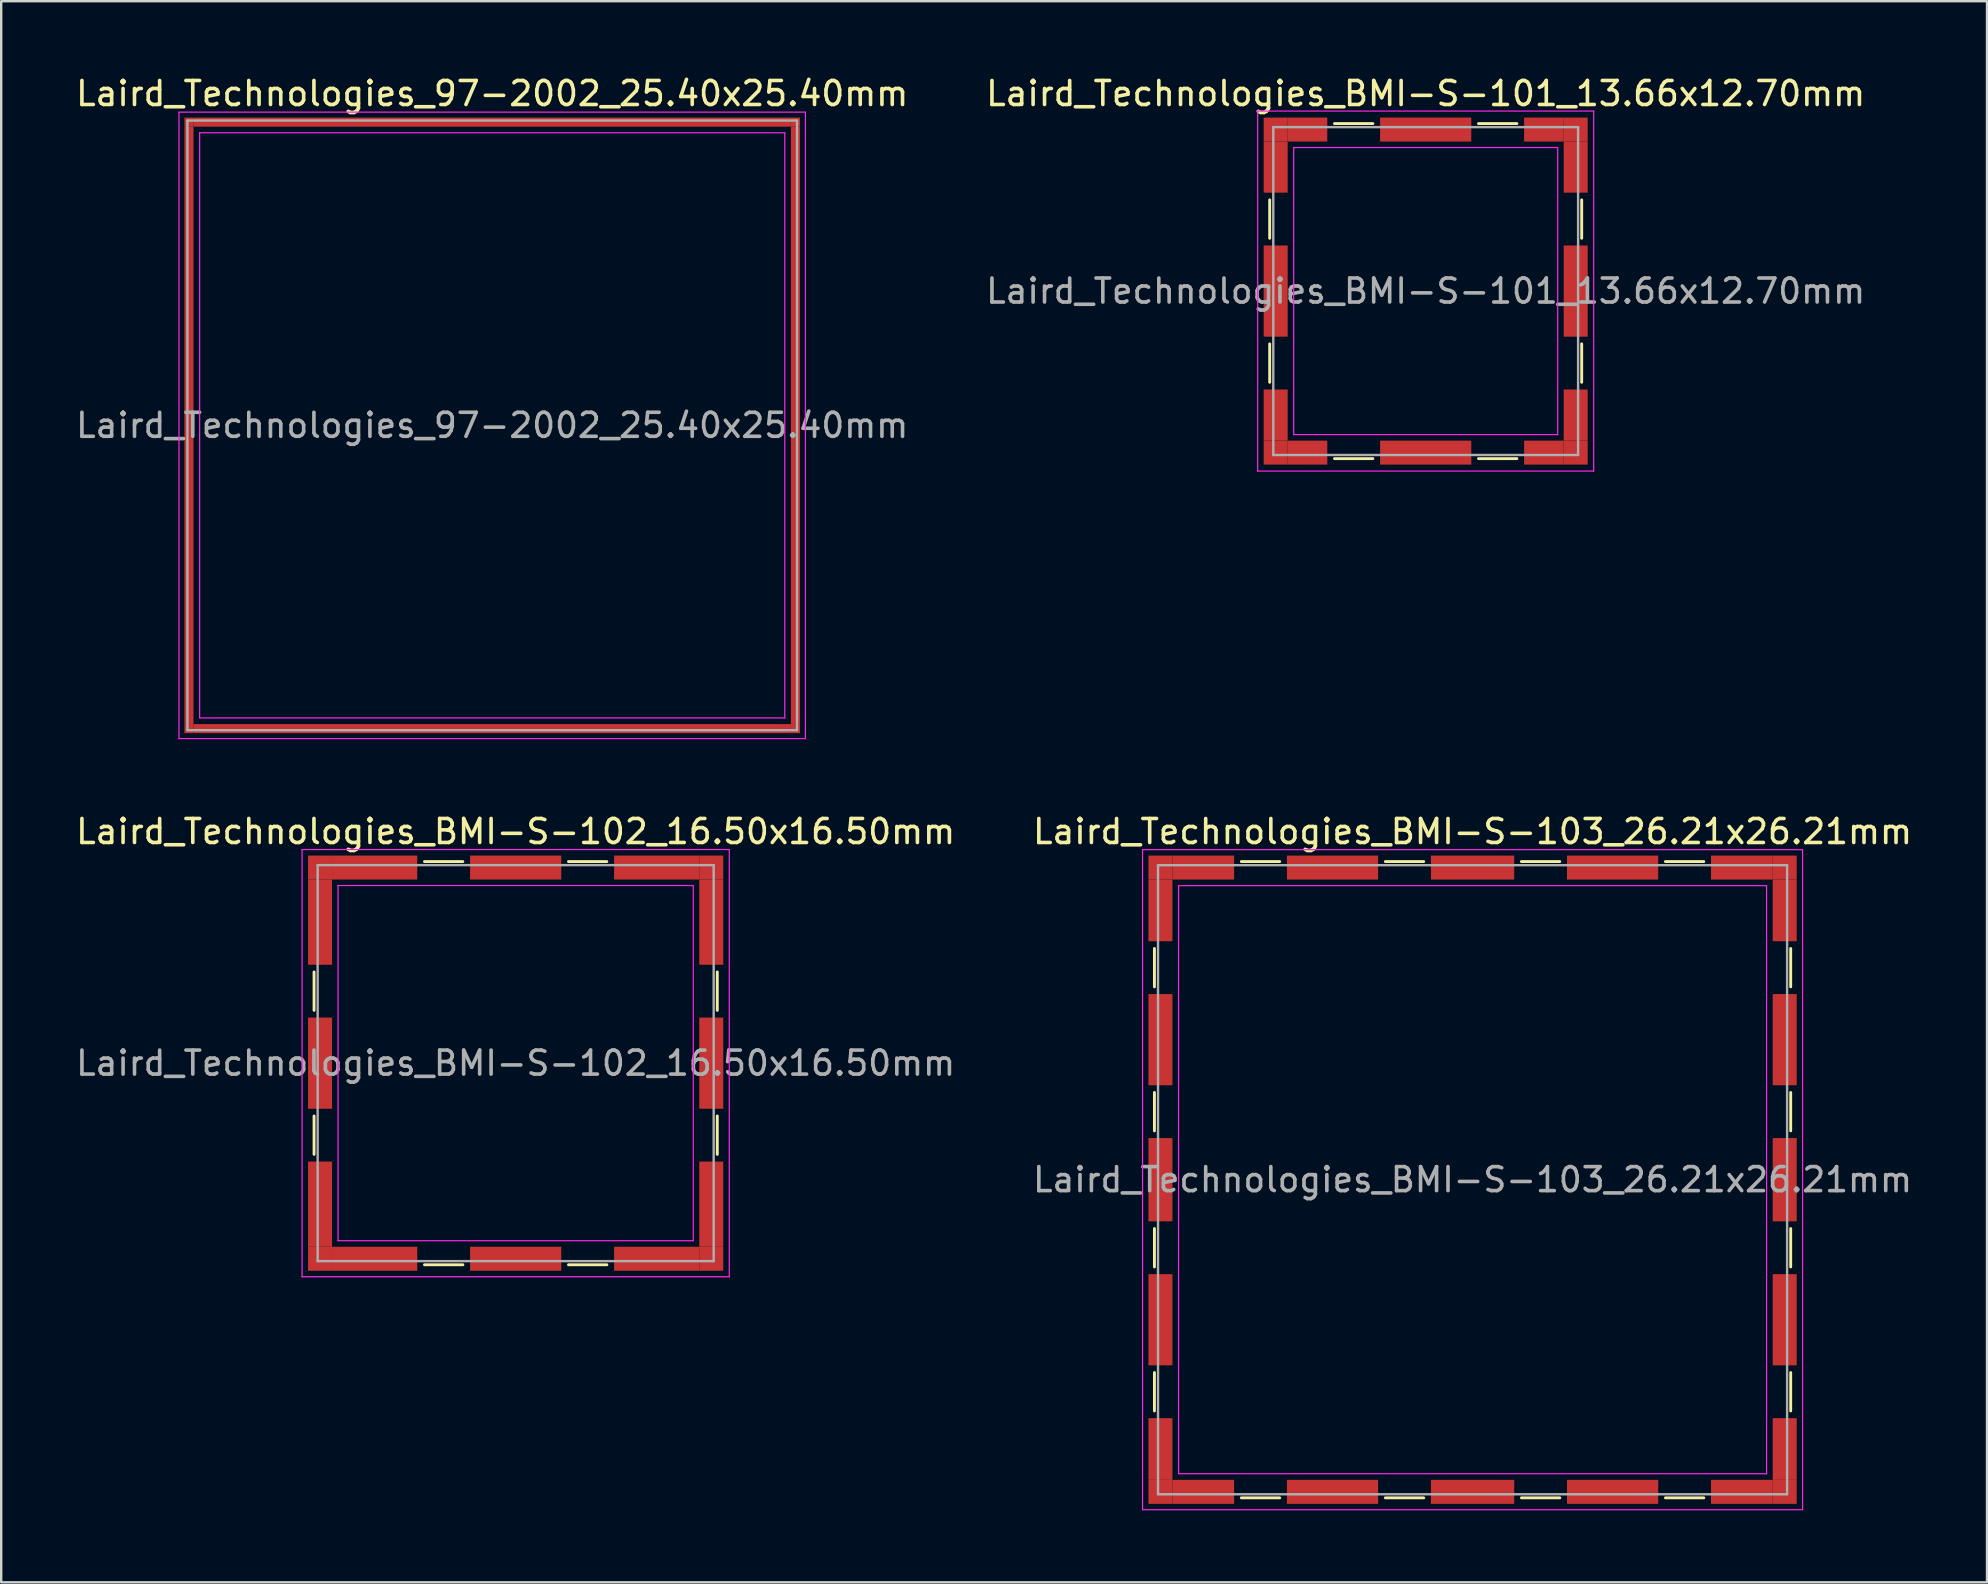
<source format=kicad_pcb>
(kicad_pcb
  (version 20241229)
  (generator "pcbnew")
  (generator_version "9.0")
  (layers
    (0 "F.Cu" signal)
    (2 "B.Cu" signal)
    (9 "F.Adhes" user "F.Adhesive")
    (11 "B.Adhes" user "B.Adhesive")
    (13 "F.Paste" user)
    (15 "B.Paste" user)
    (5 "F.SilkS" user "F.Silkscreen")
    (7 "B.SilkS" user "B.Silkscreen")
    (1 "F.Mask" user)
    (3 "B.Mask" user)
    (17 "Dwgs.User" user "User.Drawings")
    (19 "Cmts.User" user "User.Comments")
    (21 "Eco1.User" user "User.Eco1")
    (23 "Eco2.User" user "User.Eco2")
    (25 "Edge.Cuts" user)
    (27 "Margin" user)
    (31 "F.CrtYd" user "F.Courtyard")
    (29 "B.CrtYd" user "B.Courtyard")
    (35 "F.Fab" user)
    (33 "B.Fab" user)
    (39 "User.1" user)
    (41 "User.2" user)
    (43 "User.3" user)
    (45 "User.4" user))
  (footprint "Laird_Technologies_BMI-S-101_13.66x12.70mm"
    (layer "F.Cu")
    (at 56.351 9.078)
    (property "Reference" "Laird_Technologies_BMI-S-101_13.66x12.70mm" (at 0 -8.23 0) (layer "F.SilkS") (effects (font (size 1 1) (thickness 0.15))))
    (attr smd)
    (fp_line (start -6.5 -3.8) (end -6.5 -2.2) (stroke (width 0.12) (type solid)) (layer "F.SilkS"))
    (fp_line (start -6.5 2.2) (end -6.5 3.8) (stroke (width 0.12) (type solid)) (layer "F.SilkS"))
    (fp_line (start -3.8 -6.98) (end -2.2 -6.98) (stroke (width 0.12) (type solid)) (layer "F.SilkS"))
    (fp_line (start -3.8 6.98) (end -2.2 6.98) (stroke (width 0.12) (type solid)) (layer "F.SilkS"))
    (fp_line (start 2.2 -6.98) (end 3.8 -6.98) (stroke (width 0.12) (type solid)) (layer "F.SilkS"))
    (fp_line (start 2.2 6.98) (end 3.8 6.98) (stroke (width 0.12) (type solid)) (layer "F.SilkS"))
    (fp_line (start 6.5 -3.8) (end 6.5 -2.2) (stroke (width 0.12) (type solid)) (layer "F.SilkS"))
    (fp_line (start 6.5 2.2) (end 6.5 3.8) (stroke (width 0.12) (type solid)) (layer "F.SilkS"))
    (fp_line (start -7 -7.5) (end -7 7.5) (stroke (width 0.05) (type solid)) (layer "F.CrtYd"))
    (fp_line (start -7 7.5) (end 7 7.5) (stroke (width 0.05) (type solid)) (layer "F.CrtYd"))
    (fp_line (start -5.5 -5.98) (end -5.5 5.98) (stroke (width 0.05) (type solid)) (layer "F.CrtYd"))
    (fp_line (start 5.5 -5.98) (end -5.5 -5.98) (stroke (width 0.05) (type solid)) (layer "F.CrtYd"))
    (fp_line (start 5.5 -5.98) (end 5.5 5.98) (stroke (width 0.05) (type solid)) (layer "F.CrtYd"))
    (fp_line (start 5.5 5.98) (end -5.5 5.98) (stroke (width 0.05) (type solid)) (layer "F.CrtYd"))
    (fp_line (start 7 -7.5) (end -7 -7.5) (stroke (width 0.05) (type solid)) (layer "F.CrtYd"))
    (fp_line (start 7 7.5) (end 7 -7.5) (stroke (width 0.05) (type solid)) (layer "F.CrtYd"))
    (fp_line (start -6.35 -6.83) (end -6.35 6.83) (stroke (width 0.1) (type solid)) (layer "F.Fab"))
    (fp_line (start -6.35 6.83) (end 6.35 6.83) (stroke (width 0.1) (type solid)) (layer "F.Fab"))
    (fp_line (start 6.35 -6.83) (end -6.35 -6.83) (stroke (width 0.1) (type solid)) (layer "F.Fab"))
    (fp_line (start 6.35 6.83) (end 6.35 -6.83) (stroke (width 0.1) (type solid)) (layer "F.Fab"))
    (fp_text user "${REFERENCE}" (at 0 0 0) (layer "F.Fab") (effects (font (size 1 1) (thickness 0.15))))
    (pad "1" smd rect (at -6.25 -6.73) (size 1 1) (layers "F.Cu" "F.Mask" "F.Paste"))
    (pad "1" smd rect (at -6.25 -5.165) (size 1 2.13) (layers "F.Cu" "F.Mask" "F.Paste"))
    (pad "1" smd rect (at -6.25 0) (size 1 3.8) (layers "F.Cu" "F.Mask" "F.Paste"))
    (pad "1" smd rect (at -6.25 5.165) (size 1 2.13) (layers "F.Cu" "F.Mask" "F.Paste"))
    (pad "1" smd rect (at -6.25 6.73) (size 1 1) (layers "F.Cu" "F.Mask" "F.Paste"))
    (pad "1" smd rect (at -4.925 -6.73) (size 1.65 1) (layers "F.Cu" "F.Mask" "F.Paste"))
    (pad "1" smd rect (at -4.925 6.73) (size 1.65 1) (layers "F.Cu" "F.Mask" "F.Paste"))
    (pad "1" smd rect (at 0 -6.73) (size 3.8 1) (layers "F.Cu" "F.Mask" "F.Paste"))
    (pad "1" smd rect (at 0 6.73) (size 3.8 1) (layers "F.Cu" "F.Mask" "F.Paste"))
    (pad "1" smd rect (at 4.925 -6.73) (size 1.65 1) (layers "F.Cu" "F.Mask" "F.Paste"))
    (pad "1" smd rect (at 4.925 6.73) (size 1.65 1) (layers "F.Cu" "F.Mask" "F.Paste"))
    (pad "1" smd rect (at 6.25 -6.73) (size 1 1) (layers "F.Cu" "F.Mask" "F.Paste"))
    (pad "1" smd rect (at 6.25 -5.165) (size 1 2.13) (layers "F.Cu" "F.Mask" "F.Paste"))
    (pad "1" smd rect (at 6.25 0) (size 1 3.8) (layers "F.Cu" "F.Mask" "F.Paste"))
    (pad "1" smd rect (at 6.25 5.165) (size 1 2.13) (layers "F.Cu" "F.Mask" "F.Paste"))
    (pad "1" smd rect (at 6.25 6.73) (size 1 1) (layers "F.Cu" "F.Mask" "F.Paste")))
  (footprint "Laird_Technologies_BMI-S-102_16.50x16.50mm"
    (layer "F.Cu")
    (at 18.435 41.246)
    (property "Reference" "Laird_Technologies_BMI-S-102_16.50x16.50mm" (at 0 -9.65 0) (layer "F.SilkS") (effects (font (size 1 1) (thickness 0.15))))
    (attr smd)
    (fp_line (start -8.4 -3.8) (end -8.4 -2.2) (stroke (width 0.12) (type solid)) (layer "F.SilkS"))
    (fp_line (start -8.4 2.2) (end -8.4 3.8) (stroke (width 0.12) (type solid)) (layer "F.SilkS"))
    (fp_line (start -3.8 -8.4) (end -2.2 -8.4) (stroke (width 0.12) (type solid)) (layer "F.SilkS"))
    (fp_line (start -3.8 8.4) (end -2.2 8.4) (stroke (width 0.12) (type solid)) (layer "F.SilkS"))
    (fp_line (start 2.2 -8.4) (end 3.8 -8.4) (stroke (width 0.12) (type solid)) (layer "F.SilkS"))
    (fp_line (start 2.2 8.4) (end 3.8 8.4) (stroke (width 0.12) (type solid)) (layer "F.SilkS"))
    (fp_line (start 8.4 -3.8) (end 8.4 -2.2) (stroke (width 0.12) (type solid)) (layer "F.SilkS"))
    (fp_line (start 8.4 2.2) (end 8.4 3.8) (stroke (width 0.12) (type solid)) (layer "F.SilkS"))
    (fp_line (start -8.9 -8.9) (end -8.9 8.9) (stroke (width 0.05) (type solid)) (layer "F.CrtYd"))
    (fp_line (start -8.9 8.9) (end 8.9 8.9) (stroke (width 0.05) (type solid)) (layer "F.CrtYd"))
    (fp_line (start -7.4 -7.4) (end -7.4 7.4) (stroke (width 0.05) (type solid)) (layer "F.CrtYd"))
    (fp_line (start 7.4 -7.4) (end -7.4 -7.4) (stroke (width 0.05) (type solid)) (layer "F.CrtYd"))
    (fp_line (start 7.4 -7.4) (end 7.4 7.4) (stroke (width 0.05) (type solid)) (layer "F.CrtYd"))
    (fp_line (start 7.4 7.4) (end -7.4 7.4) (stroke (width 0.05) (type solid)) (layer "F.CrtYd"))
    (fp_line (start 8.9 -8.9) (end -8.9 -8.9) (stroke (width 0.05) (type solid)) (layer "F.CrtYd"))
    (fp_line (start 8.9 8.9) (end 8.9 -8.9) (stroke (width 0.05) (type solid)) (layer "F.CrtYd"))
    (fp_line (start -8.25 -8.25) (end -8.25 8.25) (stroke (width 0.1) (type solid)) (layer "F.Fab"))
    (fp_line (start -8.25 8.25) (end 8.25 8.25) (stroke (width 0.1) (type solid)) (layer "F.Fab"))
    (fp_line (start 8.25 -8.25) (end -8.25 -8.25) (stroke (width 0.1) (type solid)) (layer "F.Fab"))
    (fp_line (start 8.25 8.25) (end 8.25 -8.25) (stroke (width 0.1) (type solid)) (layer "F.Fab"))
    (fp_text user "${REFERENCE}" (at 0 0 0) (layer "F.Fab") (effects (font (size 1 1) (thickness 0.15))))
    (pad "1" smd rect (at -8.15 -8.15) (size 1 1) (layers "F.Cu" "F.Mask" "F.Paste"))
    (pad "1" smd rect (at -8.15 -5.875) (size 1 3.55) (layers "F.Cu" "F.Mask" "F.Paste"))
    (pad "1" smd rect (at -8.15 0) (size 1 3.8) (layers "F.Cu" "F.Mask" "F.Paste"))
    (pad "1" smd rect (at -8.15 5.875) (size 1 3.55) (layers "F.Cu" "F.Mask" "F.Paste"))
    (pad "1" smd rect (at -8.15 8.15) (size 1 1) (layers "F.Cu" "F.Mask" "F.Paste"))
    (pad "1" smd rect (at -5.875 -8.15) (size 3.55 1) (layers "F.Cu" "F.Mask" "F.Paste"))
    (pad "1" smd rect (at -5.875 8.15) (size 3.55 1) (layers "F.Cu" "F.Mask" "F.Paste"))
    (pad "1" smd rect (at 0 -8.15) (size 3.8 1) (layers "F.Cu" "F.Mask" "F.Paste"))
    (pad "1" smd rect (at 0 8.15) (size 3.8 1) (layers "F.Cu" "F.Mask" "F.Paste"))
    (pad "1" smd rect (at 5.875 -8.15) (size 3.55 1) (layers "F.Cu" "F.Mask" "F.Paste"))
    (pad "1" smd rect (at 5.875 8.15) (size 3.55 1) (layers "F.Cu" "F.Mask" "F.Paste"))
    (pad "1" smd rect (at 8.15 -8.15) (size 1 1) (layers "F.Cu" "F.Mask" "F.Paste"))
    (pad "1" smd rect (at 8.15 -5.875) (size 1 3.55) (layers "F.Cu" "F.Mask" "F.Paste"))
    (pad "1" smd rect (at 8.15 0) (size 1 3.8) (layers "F.Cu" "F.Mask" "F.Paste"))
    (pad "1" smd rect (at 8.15 5.875) (size 1 3.55) (layers "F.Cu" "F.Mask" "F.Paste"))
    (pad "1" smd rect (at 8.15 8.15) (size 1 1) (layers "F.Cu" "F.Mask" "F.Paste")))
  (footprint "Laird_Technologies_BMI-S-103_26.21x26.21mm"
    (layer "F.Cu")
    (at 58.304 46.102)
    (property "Reference" "Laird_Technologies_BMI-S-103_26.21x26.21mm" (at 0 -14.505 0) (layer "F.SilkS") (effects (font (size 1 1) (thickness 0.15))))
    (attr smd)
    (fp_line (start -13.255 -9.635) (end -13.255 -8.035) (stroke (width 0.12) (type solid)) (layer "F.SilkS"))
    (fp_line (start -13.255 -3.635) (end -13.255 -2.035) (stroke (width 0.12) (type solid)) (layer "F.SilkS"))
    (fp_line (start -13.255 2.035) (end -13.255 3.635) (stroke (width 0.12) (type solid)) (layer "F.SilkS"))
    (fp_line (start -13.255 8.035) (end -13.255 9.635) (stroke (width 0.12) (type solid)) (layer "F.SilkS"))
    (fp_line (start -9.635 -13.255) (end -8.035 -13.255) (stroke (width 0.12) (type solid)) (layer "F.SilkS"))
    (fp_line (start -9.635 13.255) (end -8.035 13.255) (stroke (width 0.12) (type solid)) (layer "F.SilkS"))
    (fp_line (start -3.635 -13.255) (end -2.035 -13.255) (stroke (width 0.12) (type solid)) (layer "F.SilkS"))
    (fp_line (start -3.635 13.255) (end -2.035 13.255) (stroke (width 0.12) (type solid)) (layer "F.SilkS"))
    (fp_line (start 2.035 -13.255) (end 3.635 -13.255) (stroke (width 0.12) (type solid)) (layer "F.SilkS"))
    (fp_line (start 2.035 13.255) (end 3.635 13.255) (stroke (width 0.12) (type solid)) (layer "F.SilkS"))
    (fp_line (start 8.035 -13.255) (end 9.635 -13.255) (stroke (width 0.12) (type solid)) (layer "F.SilkS"))
    (fp_line (start 8.035 13.255) (end 9.635 13.255) (stroke (width 0.12) (type solid)) (layer "F.SilkS"))
    (fp_line (start 13.255 -9.635) (end 13.255 -8.035) (stroke (width 0.12) (type solid)) (layer "F.SilkS"))
    (fp_line (start 13.255 -3.635) (end 13.255 -2.035) (stroke (width 0.12) (type solid)) (layer "F.SilkS"))
    (fp_line (start 13.255 2.035) (end 13.255 3.635) (stroke (width 0.12) (type solid)) (layer "F.SilkS"))
    (fp_line (start 13.255 8.035) (end 13.255 9.635) (stroke (width 0.12) (type solid)) (layer "F.SilkS"))
    (fp_line (start -13.75 -13.75) (end -13.75 13.75) (stroke (width 0.05) (type solid)) (layer "F.CrtYd"))
    (fp_line (start -13.75 13.75) (end 13.75 13.75) (stroke (width 0.05) (type solid)) (layer "F.CrtYd"))
    (fp_line (start -12.25 -12.25) (end -12.25 12.25) (stroke (width 0.05) (type solid)) (layer "F.CrtYd"))
    (fp_line (start 12.25 -12.25) (end -12.25 -12.25) (stroke (width 0.05) (type solid)) (layer "F.CrtYd"))
    (fp_line (start 12.25 -12.25) (end 12.25 12.25) (stroke (width 0.05) (type solid)) (layer "F.CrtYd"))
    (fp_line (start 12.25 12.25) (end -12.25 12.25) (stroke (width 0.05) (type solid)) (layer "F.CrtYd"))
    (fp_line (start 13.75 -13.75) (end -13.75 -13.75) (stroke (width 0.05) (type solid)) (layer "F.CrtYd"))
    (fp_line (start 13.75 13.75) (end 13.75 -13.75) (stroke (width 0.05) (type solid)) (layer "F.CrtYd"))
    (fp_line (start -13.105 -13.105) (end -13.105 13.105) (stroke (width 0.1) (type solid)) (layer "F.Fab"))
    (fp_line (start -13.105 13.105) (end 13.105 13.105) (stroke (width 0.1) (type solid)) (layer "F.Fab"))
    (fp_line (start 13.105 -13.105) (end -13.105 -13.105) (stroke (width 0.1) (type solid)) (layer "F.Fab"))
    (fp_line (start 13.105 13.105) (end 13.105 -13.105) (stroke (width 0.1) (type solid)) (layer "F.Fab"))
    (fp_text user "${REFERENCE}" (at 0 0 0) (layer "F.Fab") (effects (font (size 1 1) (thickness 0.15))))
    (pad "1" smd rect (at -13.005 -13.005) (size 1 1) (layers "F.Cu" "F.Mask" "F.Paste"))
    (pad "1" smd rect (at -13.005 -11.22) (size 1 2.57) (layers "F.Cu" "F.Mask" "F.Paste"))
    (pad "1" smd rect (at -13.005 -5.835) (size 1 3.8) (layers "F.Cu" "F.Mask" "F.Paste"))
    (pad "1" smd rect (at -13.005 0) (size 1 3.47) (layers "F.Cu" "F.Mask" "F.Paste"))
    (pad "1" smd rect (at -13.005 5.835) (size 1 3.8) (layers "F.Cu" "F.Mask" "F.Paste"))
    (pad "1" smd rect (at -13.005 11.22) (size 1 2.57) (layers "F.Cu" "F.Mask" "F.Paste"))
    (pad "1" smd rect (at -13.005 13.005) (size 1 1) (layers "F.Cu" "F.Mask" "F.Paste"))
    (pad "1" smd rect (at -11.22 -13.005) (size 2.57 1) (layers "F.Cu" "F.Mask" "F.Paste"))
    (pad "1" smd rect (at -11.22 13.005) (size 2.57 1) (layers "F.Cu" "F.Mask" "F.Paste"))
    (pad "1" smd rect (at -5.835 -13.005) (size 3.8 1) (layers "F.Cu" "F.Mask" "F.Paste"))
    (pad "1" smd rect (at -5.835 13.005) (size 3.8 1) (layers "F.Cu" "F.Mask" "F.Paste"))
    (pad "1" smd rect (at 0 -13.005) (size 3.47 1) (layers "F.Cu" "F.Mask" "F.Paste"))
    (pad "1" smd rect (at 0 13.005) (size 3.47 1) (layers "F.Cu" "F.Mask" "F.Paste"))
    (pad "1" smd rect (at 5.835 -13.005) (size 3.8 1) (layers "F.Cu" "F.Mask" "F.Paste"))
    (pad "1" smd rect (at 5.835 13.005) (size 3.8 1) (layers "F.Cu" "F.Mask" "F.Paste"))
    (pad "1" smd rect (at 11.22 -13.005) (size 2.57 1) (layers "F.Cu" "F.Mask" "F.Paste"))
    (pad "1" smd rect (at 11.22 13.005) (size 2.57 1) (layers "F.Cu" "F.Mask" "F.Paste"))
    (pad "1" smd rect (at 13.005 -13.005) (size 1 1) (layers "F.Cu" "F.Mask" "F.Paste"))
    (pad "1" smd rect (at 13.005 -11.22) (size 1 2.57) (layers "F.Cu" "F.Mask" "F.Paste"))
    (pad "1" smd rect (at 13.005 -5.835) (size 1 3.8) (layers "F.Cu" "F.Mask" "F.Paste"))
    (pad "1" smd rect (at 13.005 0) (size 1 3.47) (layers "F.Cu" "F.Mask" "F.Paste"))
    (pad "1" smd rect (at 13.005 5.835) (size 1 3.8) (layers "F.Cu" "F.Mask" "F.Paste"))
    (pad "1" smd rect (at 13.005 11.22) (size 1 2.57) (layers "F.Cu" "F.Mask" "F.Paste"))
    (pad "1" smd rect (at 13.005 13.005) (size 1 1) (layers "F.Cu" "F.Mask" "F.Paste")))
  (footprint "Laird_Technologies_97-2002_25.40x25.40mm"
    (layer "F.Cu")
    (at 17.458 14.673)
    (property "Reference" "Laird_Technologies_97-2002_25.40x25.40mm" (at 0 -13.825 0) (layer "F.SilkS") (effects (font (size 1 1) (thickness 0.15))))
    (attr smd)
    (fp_line (start -13.05 -13.05) (end -13.05 13.05) (stroke (width 0.05) (type solid)) (layer "F.CrtYd"))
    (fp_line (start -13.05 13.05) (end 13.05 13.05) (stroke (width 0.05) (type solid)) (layer "F.CrtYd"))
    (fp_line (start -12.19 -12.2) (end -12.19 12.18) (stroke (width 0.05) (type solid)) (layer "F.CrtYd"))
    (fp_line (start 12.19 -12.19) (end -12.19 -12.19) (stroke (width 0.05) (type solid)) (layer "F.CrtYd"))
    (fp_line (start 12.19 -12.19) (end 12.19 12.19) (stroke (width 0.05) (type solid)) (layer "F.CrtYd"))
    (fp_line (start 12.19 12.19) (end -12.19 12.19) (stroke (width 0.05) (type solid)) (layer "F.CrtYd"))
    (fp_line (start 13.05 -13.05) (end -13.05 -13.05) (stroke (width 0.05) (type solid)) (layer "F.CrtYd"))
    (fp_line (start 13.05 13.05) (end 13.05 -13.05) (stroke (width 0.05) (type solid)) (layer "F.CrtYd"))
    (fp_line (start -12.7 -12.7) (end -12.7 12.7) (stroke (width 0.1) (type solid)) (layer "F.Fab"))
    (fp_line (start -12.7 12.7) (end 12.7 12.7) (stroke (width 0.1) (type solid)) (layer "F.Fab"))
    (fp_line (start 12.7 -12.7) (end -12.7 -12.7) (stroke (width 0.1) (type solid)) (layer "F.Fab"))
    (fp_line (start 12.7 12.7) (end 12.7 -12.7) (stroke (width 0.1) (type solid)) (layer "F.Fab"))
    (fp_text user "${REFERENCE}" (at 0 0 0) (layer "F.Fab") (effects (font (size 1 1) (thickness 0.15))))
    (pad "1" smd rect (at -12.635 -12.635) (size 0.38 0.38) (layers "F.Cu" "F.Mask" "F.Paste"))
    (pad "1" smd rect (at -12.635 0) (size 0.38 24.89) (layers "F.Cu" "F.Mask" "F.Paste"))
    (pad "1" smd rect (at -12.635 12.635) (size 0.38 0.38) (layers "F.Cu" "F.Mask" "F.Paste"))
    (pad "1" smd rect (at 0 -12.635) (size 24.89 0.38) (layers "F.Cu" "F.Mask" "F.Paste"))
    (pad "1" smd rect (at 0 12.635) (size 24.89 0.38) (layers "F.Cu" "F.Mask" "F.Paste"))
    (pad "1" smd rect (at 12.635 -12.635) (size 0.38 0.38) (layers "F.Cu" "F.Mask" "F.Paste"))
    (pad "1" smd rect (at 12.635 0) (size 0.38 24.89) (layers "F.Cu" "F.Mask" "F.Paste"))
    (pad "1" smd rect (at 12.635 12.635) (size 0.38 0.38) (layers "F.Cu" "F.Mask" "F.Paste")))
  (gr_rect
    (start -3 -3)
    (end 79.738 62.877)
    (stroke (width 0.1) (type default))
    (fill no)
    (layer "Edge.Cuts")))
</source>
